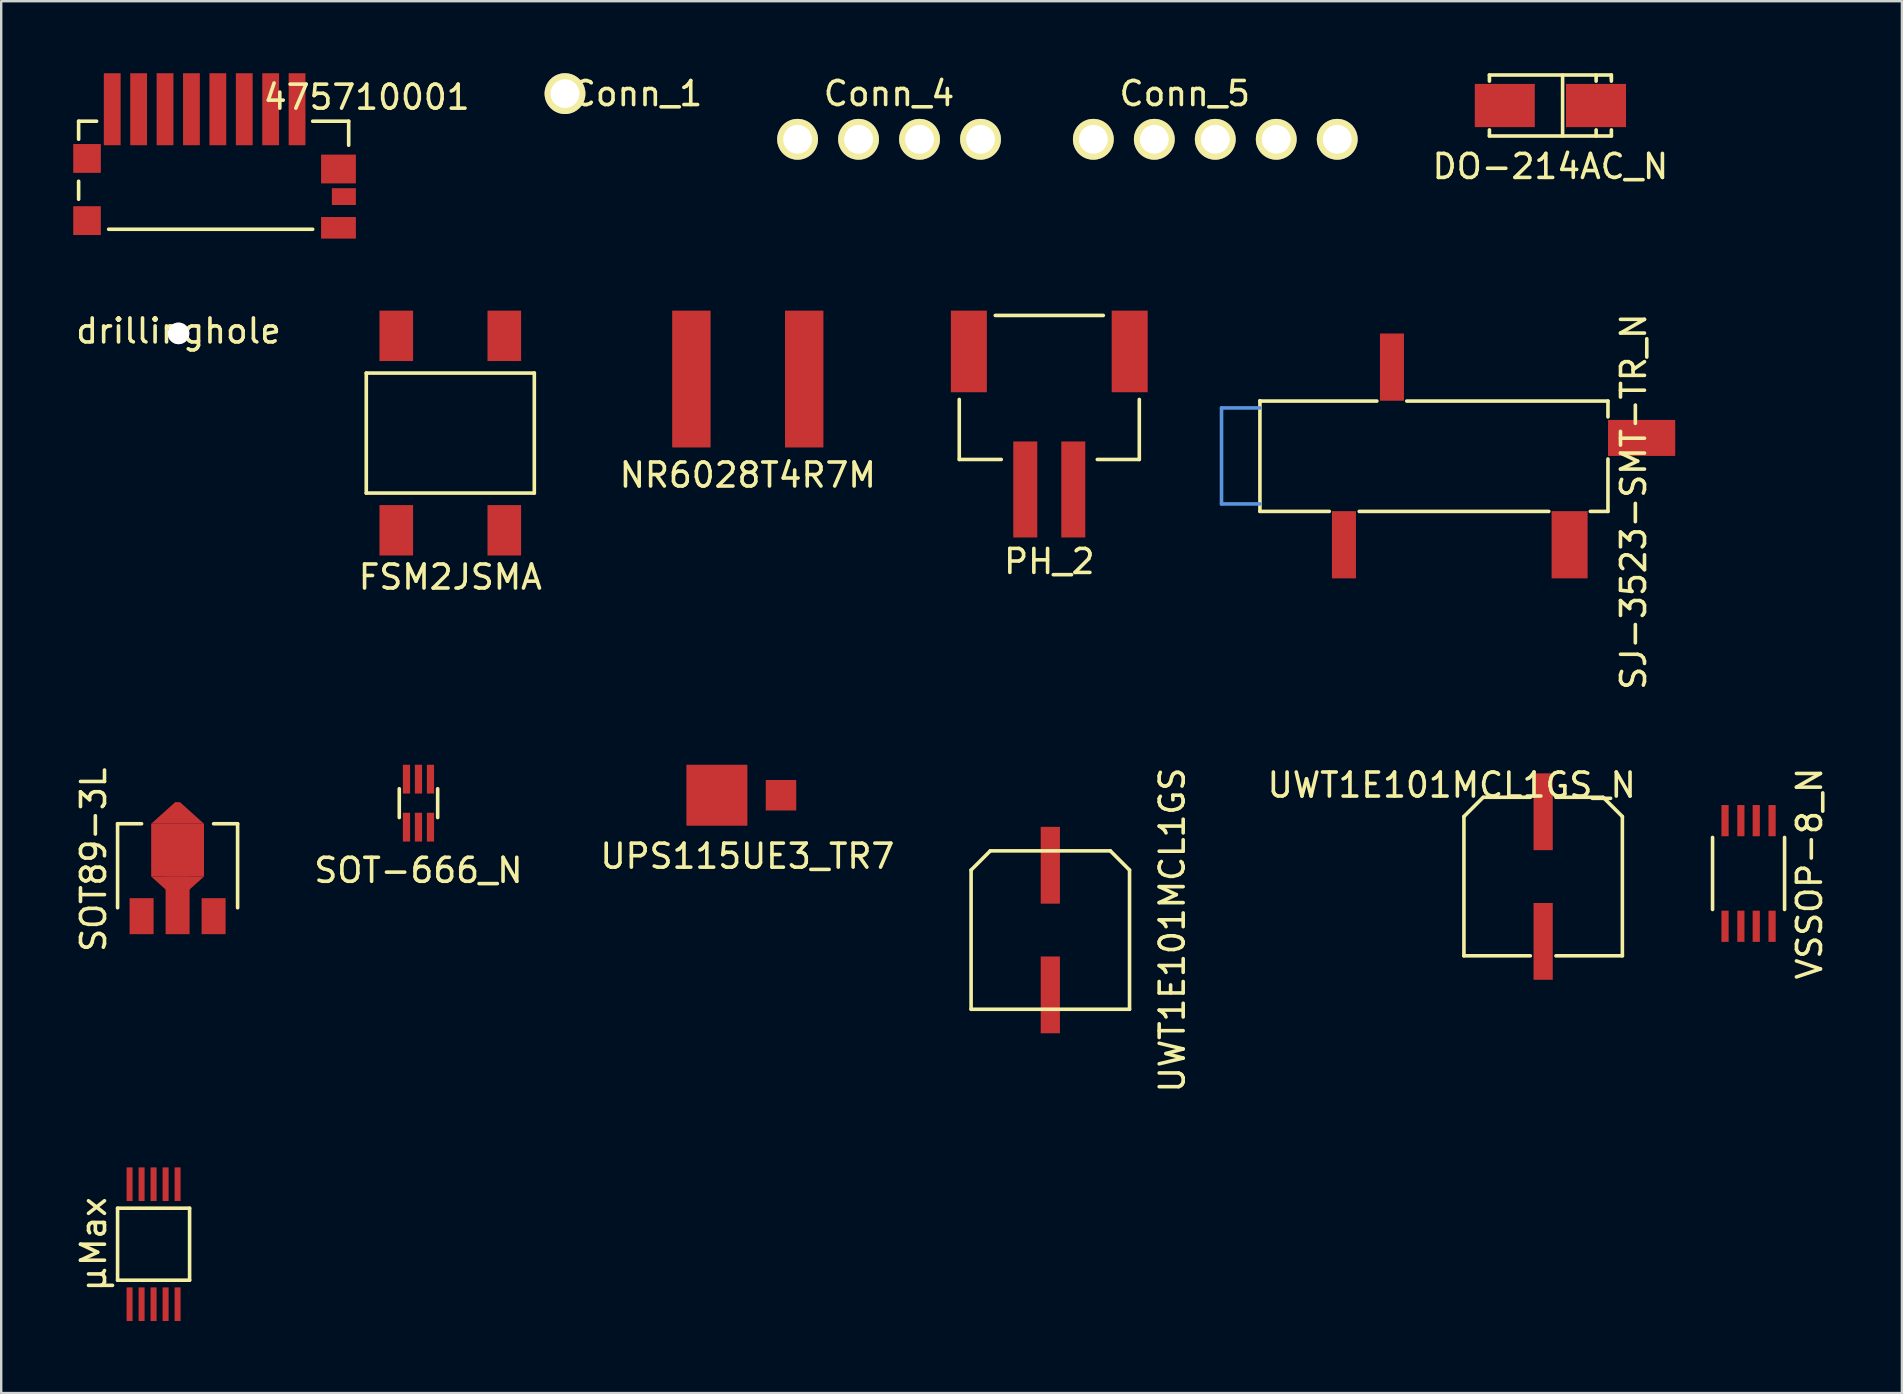
<source format=kicad_pcb>
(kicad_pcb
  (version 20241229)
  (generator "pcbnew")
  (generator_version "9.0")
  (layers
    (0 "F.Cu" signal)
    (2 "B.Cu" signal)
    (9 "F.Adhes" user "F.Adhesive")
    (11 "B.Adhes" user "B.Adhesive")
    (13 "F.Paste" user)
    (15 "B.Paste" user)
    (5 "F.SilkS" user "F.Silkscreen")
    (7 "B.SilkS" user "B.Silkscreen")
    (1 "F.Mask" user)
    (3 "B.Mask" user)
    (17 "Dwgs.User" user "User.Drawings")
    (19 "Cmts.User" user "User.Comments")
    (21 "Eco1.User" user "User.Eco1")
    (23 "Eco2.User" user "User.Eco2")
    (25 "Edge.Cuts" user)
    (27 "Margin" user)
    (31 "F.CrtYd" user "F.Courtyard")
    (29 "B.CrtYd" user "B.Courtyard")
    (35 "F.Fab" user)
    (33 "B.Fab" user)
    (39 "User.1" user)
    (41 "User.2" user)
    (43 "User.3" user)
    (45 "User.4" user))
  (footprint "µMax"
    (layer "F.Cu")
    (at 3.348 48.78)
    (property "Reference" "µMax" (at -2.5 0 90) (layer "F.SilkS") (effects (font (size 1 1) (thickness 0.15))))
    (attr through_hole)
    (fp_line (start -1.5 -1.5) (end 1.5 -1.5) (stroke (width 0.15) (type solid)) (layer "F.SilkS"))
    (fp_line (start -1.5 1.5) (end -1.5 -1.5) (stroke (width 0.15) (type solid)) (layer "F.SilkS"))
    (fp_line (start 1.5 -1.5) (end 1.5 1.5) (stroke (width 0.15) (type solid)) (layer "F.SilkS"))
    (fp_line (start 1.5 1.5) (end -1.5 1.5) (stroke (width 0.15) (type solid)) (layer "F.SilkS"))
    (pad "1" smd rect (at -1 2.5) (size 0.25 1.4) (layers "F.Cu" "F.Mask" "F.Paste"))
    (pad "2" smd rect (at -0.5 2.5) (size 0.25 1.4) (layers "F.Cu" "F.Mask" "F.Paste"))
    (pad "3" smd rect (at 0 2.5) (size 0.25 1.4) (layers "F.Cu" "F.Mask" "F.Paste"))
    (pad "4" smd rect (at 0.5 2.5) (size 0.25 1.4) (layers "F.Cu" "F.Mask" "F.Paste"))
    (pad "5" smd rect (at 1 2.5) (size 0.25 1.4) (layers "F.Cu" "F.Mask" "F.Paste"))
    (pad "6" smd rect (at 1 -2.5) (size 0.25 1.4) (layers "F.Cu" "F.Mask" "F.Paste"))
    (pad "7" smd rect (at 0.5 -2.5) (size 0.25 1.4) (layers "F.Cu" "F.Mask" "F.Paste"))
    (pad "8" smd rect (at 0 -2.5) (size 0.25 1.4) (layers "F.Cu" "F.Mask" "F.Paste"))
    (pad "9" smd rect (at -0.5 -2.5) (size 0.25 1.4) (layers "F.Cu" "F.Mask" "F.Paste"))
    (pad "10" smd rect (at -1 -2.5) (size 0.25 1.4) (layers "F.Cu" "F.Mask" "F.Paste")))
  (footprint "drillinghole"
    (layer "F.Cu")
    (at 4.387 10.838)
    (property "Reference" "drillinghole" (at 0 -0.1 0) (layer "F.SilkS") (effects (font (size 1 1) (thickness 0.15))))
    (attr through_hole)
    (pad "" thru_hole circle (at 0 0) (size 0.9 0.9) (drill 0.9) (layers "*.Cu")))
  (footprint "NR6028T4R7M"
    (layer "F.Cu")
    (at 28.101 12.74)
    (property "Reference" "NR6028T4R7M" (at 0 4 0) (layer "F.SilkS") (effects (font (size 1 1) (thickness 0.15))))
    (attr through_hole)
    (pad "1" smd rect (at -2.35 0) (size 1.6 5.7) (layers "F.Cu" "F.Mask" "F.Paste"))
    (pad "2" smd rect (at 2.35 0) (size 1.6 5.7) (layers "F.Cu" "F.Mask" "F.Paste")))
  (footprint "SOT89-3L"
    (layer "F.Cu")
    (at 4.348 31.265)
    (property "Reference" "SOT89-3L" (at -3.5 1.5 90) (layer "F.SilkS") (effects (font (size 1 1) (thickness 0.15))))
    (attr through_hole)
    (fp_line (start -2.5 3.5) (end -2.5 0) (stroke (width 0.15) (type solid)) (layer "F.SilkS"))
    (fp_line (start -1.5 0) (end -2.5 0) (stroke (width 0.15) (type solid)) (layer "F.SilkS"))
    (fp_line (start 1.5 0) (end 2.5 0) (stroke (width 0.15) (type solid)) (layer "F.SilkS"))
    (fp_line (start 2.5 0) (end 2.5 3.5) (stroke (width 0.15) (type solid)) (layer "F.SilkS"))
    (pad "1" smd rect (at -1.5 3.85) (size 1 1.5) (layers "F.Cu" "F.Mask" "F.Paste"))
    (pad "2" smd trapezoid (at 0 -0.45) (size 1.2 0.9) (rect_delta 0 1) (layers "F.Cu" "F.Mask" "F.Paste"))
    (pad "2" smd rect (at 0 1.1) (size 2.2 2.2) (layers "F.Cu" "F.Mask" "F.Paste"))
    (pad "2" smd trapezoid (at 0 2.65) (size 1.2 0.9) (rect_delta 0 -1) (layers "F.Cu" "F.Mask" "F.Paste"))
    (pad "2" smd rect (at 0 3.4) (size 1 2.4) (layers "F.Cu" "F.Mask" "F.Paste"))
    (pad "3" smd rect (at 1.5 3.85) (size 1 1.5) (layers "F.Cu" "F.Mask" "F.Paste")))
  (footprint "PH_2"
    (layer "F.Cu")
    (at 40.66 17.34)
    (property "Reference" "PH_2" (at 0 3 180) (layer "F.SilkS") (effects (font (size 1 1) (thickness 0.15))))
    (attr through_hole)
    (fp_line (start -3.75 -3.75) (end -3.75 -1.25) (stroke (width 0.15) (type solid)) (layer "F.SilkS"))
    (fp_line (start -3.75 -1.25) (end -2 -1.25) (stroke (width 0.15) (type solid)) (layer "F.SilkS"))
    (fp_line (start 2 -1.25) (end 3.75 -1.25) (stroke (width 0.15) (type solid)) (layer "F.SilkS"))
    (fp_line (start 2.25 -7.25) (end -2.25 -7.25) (stroke (width 0.15) (type solid)) (layer "F.SilkS"))
    (fp_line (start 3.75 -1.25) (end 3.75 -3.75) (stroke (width 0.15) (type solid)) (layer "F.SilkS"))
    (pad "" smd rect (at -3.35 -5.75) (size 1.5 3.4) (layers "F.Cu" "F.Mask" "F.Paste"))
    (pad "" smd rect (at 3.35 -5.75) (size 1.5 3.4) (layers "F.Cu" "F.Mask" "F.Paste"))
    (pad "1" smd rect (at -1 0) (size 1 4) (layers "F.Cu" "F.Mask" "F.Paste"))
    (pad "2" smd rect (at 1 0) (size 1 4) (layers "F.Cu" "F.Mask" "F.Paste")))
  (footprint "SOT-666_N"
    (layer "F.Cu")
    (at 14.382 30.407)
    (property "Reference" "SOT-666_N" (at 0 2.8 0) (layer "F.SilkS") (effects (font (size 1 1) (thickness 0.15))))
    (attr through_hole)
    (fp_line (start -0.8 -0.6) (end -0.8 0.6) (stroke (width 0.15) (type solid)) (layer "F.SilkS"))
    (fp_line (start 0.8 0.6) (end 0.8 -0.6) (stroke (width 0.15) (type solid)) (layer "F.SilkS"))
    (pad "1" smd rect (at -0.5 1) (size 0.3 1.2) (layers "F.Cu" "F.Mask" "F.Paste"))
    (pad "2" smd rect (at 0 1) (size 0.3 1.2) (layers "F.Cu" "F.Mask" "F.Paste"))
    (pad "3" smd rect (at 0.5 1) (size 0.3 1.2) (layers "F.Cu" "F.Mask" "F.Paste"))
    (pad "4" smd rect (at 0.5 -1) (size 0.3 1.2) (layers "F.Cu" "F.Mask" "F.Paste"))
    (pad "5" smd rect (at 0 -1) (size 0.3 1.2) (layers "F.Cu" "F.Mask" "F.Paste"))
    (pad "6" smd rect (at -0.5 -1) (size 0.3 1.2) (layers "F.Cu" "F.Mask" "F.Paste")))
  (footprint "UPS115UE3_TR7"
    (layer "F.Cu")
    (at 26.814 30.077)
    (property "Reference" "UPS115UE3_TR7" (at 1.27 2.54 0) (layer "F.SilkS") (effects (font (size 1 1) (thickness 0.15))))
    (attr through_hole)
    (pad "1" smd rect (at 0 0) (size 2.54 2.54) (layers "F.Cu" "F.Mask" "F.Paste"))
    (pad "2" smd rect (at 2.67 0) (size 1.27 1.27) (layers "F.Cu" "F.Mask" "F.Paste")))
  (footprint "FSM2JSMA"
    (layer "F.Cu")
    (at 15.708 14.99)
    (property "Reference" "FSM2JSMA" (at 0 6 0) (layer "F.SilkS") (effects (font (size 1 1) (thickness 0.15))))
    (attr through_hole)
    (fp_line (start -3.5 -2.5) (end 3.5 -2.5) (stroke (width 0.15) (type solid)) (layer "F.SilkS"))
    (fp_line (start -3.5 2.5) (end -3.5 -2.5) (stroke (width 0.15) (type solid)) (layer "F.SilkS"))
    (fp_line (start 3.5 -2.5) (end 3.5 2.5) (stroke (width 0.15) (type solid)) (layer "F.SilkS"))
    (fp_line (start 3.5 2.5) (end -3.5 2.5) (stroke (width 0.15) (type solid)) (layer "F.SilkS"))
    (pad "1" smd rect (at -2.25 -4.05) (size 1.4 2.1) (layers "F.Cu" "F.Mask" "F.Paste"))
    (pad "1" smd rect (at -2.25 4.05) (size 1.4 2.1) (layers "F.Cu" "F.Mask" "F.Paste"))
    (pad "2" smd rect (at 2.25 -4.05) (size 1.4 2.1) (layers "F.Cu" "F.Mask" "F.Paste"))
    (pad "2" smd rect (at 2.25 4.05) (size 1.4 2.1) (layers "F.Cu" "F.Mask" "F.Paste")))
  (footprint "UWT1E101MCL1GS_N"
    (layer "F.Cu")
    (at 61.233 33.465)
    (property "Reference" "UWT1E101MCL1GS_N" (at -3.81 -3.81 0) (layer "F.SilkS") (effects (font (size 1 1) (thickness 0.15))))
    (attr through_hole)
    (fp_line (start -3.302 3.302) (end -0.533 3.302) (stroke (width 0.15) (type solid)) (layer "F.SilkS"))
    (fp_line (start -3.3 -2.5) (end -3.3 3.3) (stroke (width 0.15) (type solid)) (layer "F.SilkS"))
    (fp_line (start -3.3 -2.5) (end -2.5 -3.3) (stroke (width 0.15) (type solid)) (layer "F.SilkS"))
    (fp_line (start -2.489 -3.302) (end -0.533 -3.302) (stroke (width 0.15) (type solid)) (layer "F.SilkS"))
    (fp_line (start 2.489 -3.302) (end 0.533 -3.302) (stroke (width 0.15) (type solid)) (layer "F.SilkS"))
    (fp_line (start 2.5 -3.3) (end 3.3 -2.5) (stroke (width 0.15) (type solid)) (layer "F.SilkS"))
    (fp_line (start 3.3 -2.5) (end 3.3 3.3) (stroke (width 0.15) (type solid)) (layer "F.SilkS"))
    (fp_line (start 3.302 3.302) (end 0.533 3.302) (stroke (width 0.15) (type solid)) (layer "F.SilkS"))
    (pad "1" smd rect (at 0 -2.7) (size 0.8 3.2) (layers "F.Cu" "F.Mask" "F.Paste"))
    (pad "2" smd rect (at 0 2.7) (size 0.8 3.2) (layers "F.Cu" "F.Mask" "F.Paste")))
  (footprint "475710001"
    (layer "F.Cu")
    (at 5.475 2.5)
    (property "Reference" "475710001" (at 6.75 -1.5 0) (layer "F.SilkS") (effects (font (size 1 1) (thickness 0.15))))
    (attr through_hole)
    (fp_line (start -5.25 -0.5) (end -4.5 -0.5) (stroke (width 0.15) (type solid)) (layer "F.SilkS"))
    (fp_line (start -5.25 0.25) (end -5.25 -0.5) (stroke (width 0.15) (type solid)) (layer "F.SilkS"))
    (fp_line (start -5.25 2) (end -5.25 2.75) (stroke (width 0.15) (type solid)) (layer "F.SilkS"))
    (fp_line (start -4 4) (end 4.5 4) (stroke (width 0.15) (type solid)) (layer "F.SilkS"))
    (fp_line (start 4.5 -0.5) (end 6 -0.5) (stroke (width 0.15) (type solid)) (layer "F.SilkS"))
    (fp_line (start 6 -0.5) (end 6 0.5) (stroke (width 0.15) (type solid)) (layer "F.SilkS"))
    (pad "1" smd rect (at 3.85 -1) (size 0.7 3) (layers "F.Cu" "F.Mask" "F.Paste"))
    (pad "2" smd rect (at 2.75 -1) (size 0.7 3) (layers "F.Cu" "F.Mask" "F.Paste"))
    (pad "3" smd rect (at 1.65 -1) (size 0.7 3) (layers "F.Cu" "F.Mask" "F.Paste"))
    (pad "4" smd rect (at 0.55 -1) (size 0.7 3) (layers "F.Cu" "F.Mask" "F.Paste"))
    (pad "5" smd rect (at -0.55 -1) (size 0.7 3) (layers "F.Cu" "F.Mask" "F.Paste"))
    (pad "6" smd rect (at -1.65 -1) (size 0.7 3) (layers "F.Cu" "F.Mask" "F.Paste"))
    (pad "7" smd rect (at -2.75 -1) (size 0.7 3) (layers "F.Cu" "F.Mask" "F.Paste"))
    (pad "8" smd rect (at -3.85 -1) (size 0.7 3) (layers "F.Cu" "F.Mask" "F.Paste"))
    (pad "M1" smd rect (at -4.9 1.05) (size 1.15 1.2) (layers "F.Cu" "F.Mask" "F.Paste"))
    (pad "M2" smd rect (at -4.9 3.64) (size 1.15 1.2) (layers "F.Cu" "F.Mask" "F.Paste"))
    (pad "M3" smd rect (at 5.575 1.49) (size 1.45 1.2) (layers "F.Cu" "F.Mask" "F.Paste"))
    (pad "M4" smd rect (at 5.8 2.64) (size 1 0.7) (layers "F.Cu" "F.Mask" "F.Paste"))
    (pad "M5" smd rect (at 5.575 3.94) (size 1.45 0.9) (layers "F.Cu" "F.Mask" "F.Paste")))
  (footprint "DO-214AC_N"
    (layer "F.Cu")
    (at 61.535 1.345)
    (property "Reference" "DO-214AC_N" (at 0 2.54 0) (layer "F.SilkS") (effects (font (size 1 1) (thickness 0.15))))
    (attr through_hole)
    (fp_line (start -2.54 -1.27) (end 2.54 -1.27) (stroke (width 0.15) (type solid)) (layer "F.SilkS"))
    (fp_line (start -2.54 -1.016) (end -2.54 -1.27) (stroke (width 0.15) (type solid)) (layer "F.SilkS"))
    (fp_line (start -2.54 1.27) (end -2.54 1.016) (stroke (width 0.15) (type solid)) (layer "F.SilkS"))
    (fp_line (start 0.508 -1.27) (end 0.508 1.27) (stroke (width 0.15) (type solid)) (layer "F.SilkS"))
    (fp_line (start 1.905 -1.27) (end 1.905 -1.016) (stroke (width 0.15) (type solid)) (layer "F.SilkS"))
    (fp_line (start 1.905 1.27) (end 1.905 1.016) (stroke (width 0.15) (type solid)) (layer "F.SilkS"))
    (fp_line (start 2.54 -1.27) (end 2.54 -1.143) (stroke (width 0.15) (type solid)) (layer "F.SilkS"))
    (fp_line (start 2.54 -1.143) (end 2.54 -1.016) (stroke (width 0.15) (type solid)) (layer "F.SilkS"))
    (fp_line (start 2.54 1.27) (end -2.54 1.27) (stroke (width 0.15) (type solid)) (layer "F.SilkS"))
    (fp_line (start 2.54 1.27) (end 2.54 1.016) (stroke (width 0.15) (type solid)) (layer "F.SilkS"))
    (pad "1" smd rect (at 1.9 0) (size 2.5 1.8) (layers "F.Cu" "F.Mask" "F.Paste"))
    (pad "2" smd rect (at -1.9 0) (size 2.5 1.8) (layers "F.Cu" "F.Mask" "F.Paste")))
  (footprint "SJ-3523-SMT-TR_N"
    (layer "F.Cu")
    (at 52.935 15.943)
    (property "Reference" "SJ-3523-SMT-TR_N" (at 12.065 1.905 90) (layer "F.SilkS") (effects (font (size 1 1) (thickness 0.15))))
    (attr through_hole)
    (fp_line (start -3.505 -2.286) (end 1.372 -2.286) (stroke (width 0.15) (type solid)) (layer "F.SilkS"))
    (fp_line (start -3.505 2.311) (end -0.61 2.311) (stroke (width 0.15) (type solid)) (layer "F.SilkS"))
    (fp_line (start -3.5 -2.3) (end -3.5 2.3) (stroke (width 0.15) (type solid)) (layer "F.SilkS"))
    (fp_line (start 0.635 2.311) (end 8.534 2.311) (stroke (width 0.15) (type solid)) (layer "F.SilkS"))
    (fp_line (start 2.616 -2.286) (end 10.998 -2.286) (stroke (width 0.15) (type solid)) (layer "F.SilkS"))
    (fp_line (start 10.262 2.311) (end 10.998 2.311) (stroke (width 0.15) (type solid)) (layer "F.SilkS"))
    (fp_line (start 10.998 -2.286) (end 10.998 -1.626) (stroke (width 0.15) (type solid)) (layer "F.SilkS"))
    (fp_line (start 10.998 2.311) (end 10.998 0.127) (stroke (width 0.15) (type solid)) (layer "F.SilkS"))
    (fp_line (start -5.1 -2) (end -3.5 -2) (stroke (width 0.15) (type solid)) (layer "Cmts.User"))
    (fp_line (start -5.1 2) (end -5.1 -2) (stroke (width 0.15) (type solid)) (layer "Cmts.User"))
    (fp_line (start -3.5 2) (end -5.1 2) (stroke (width 0.15) (type solid)) (layer "Cmts.User"))
    (pad "" smd rect (at 12.4 -0.75) (size 2.8 1.5) (layers "F.Cu" "F.Mask" "F.Paste"))
    (pad "1" smd rect (at 9.4 3.7) (size 1.5 2.8) (layers "F.Cu" "F.Mask" "F.Paste"))
    (pad "4" smd rect (at 2 -3.7) (size 1 2.8) (layers "F.Cu" "F.Mask" "F.Paste"))
    (pad "5" smd rect (at 0 3.7) (size 1 2.8) (layers "F.Cu" "F.Mask" "F.Paste")))
  (footprint "Conn_1"
    (layer "F.Cu")
    (at 20.486 0.85)
    (property "Reference" "Conn_1" (at 3 0 0) (layer "F.SilkS") (effects (font (size 1 1) (thickness 0.15))))
    (attr through_hole)
    (pad "1" thru_hole circle (at 0 0) (size 1.7 1.7) (drill 1.2) (layers "*.Cu" "*.Mask" "F.SilkS")))
  (footprint "VSSOP-8_N"
    (layer "F.Cu")
    (at 69.79 33.336)
    (property "Reference" "VSSOP-8_N" (at 2.54 0 270) (layer "F.SilkS") (effects (font (size 1 1) (thickness 0.15))))
    (attr through_hole)
    (fp_line (start -1.5 1.5) (end -1.5 -1.5) (stroke (width 0.15) (type solid)) (layer "F.SilkS"))
    (fp_line (start 1.5 -1.5) (end 1.5 1.5) (stroke (width 0.15) (type solid)) (layer "F.SilkS"))
    (pad "1" smd rect (at -0.98 2.2) (size 0.3 1.3) (layers "F.Cu" "F.Mask" "F.Paste"))
    (pad "2" smd rect (at -0.32 2.2) (size 0.3 1.3) (layers "F.Cu" "F.Mask" "F.Paste"))
    (pad "3" smd rect (at 0.32 2.2) (size 0.3 1.3) (layers "F.Cu" "F.Mask" "F.Paste"))
    (pad "4" smd rect (at 0.98 2.2) (size 0.3 1.3) (layers "F.Cu" "F.Mask" "F.Paste"))
    (pad "5" smd rect (at 0.98 -2.2) (size 0.3 1.3) (layers "F.Cu" "F.Mask" "F.Paste"))
    (pad "6" smd rect (at 0.32 -2.2) (size 0.3 1.3) (layers "F.Cu" "F.Mask" "F.Paste"))
    (pad "7" smd rect (at -0.32 -2.2) (size 0.3 1.3) (layers "F.Cu" "F.Mask" "F.Paste"))
    (pad "8" smd rect (at -0.98 -2.2) (size 0.3 1.3) (layers "F.Cu" "F.Mask" "F.Paste")))
  (footprint "UWT1E101MCL1GS"
    (layer "F.Cu")
    (at 40.703 35.694)
    (property "Reference" "UWT1E101MCL1GS" (at 5.08 0 270) (layer "F.SilkS") (effects (font (size 1 1) (thickness 0.15))))
    (attr through_hole)
    (fp_line (start -3.3 -2.5) (end -3.3 3.3) (stroke (width 0.15) (type solid)) (layer "F.SilkS"))
    (fp_line (start -3.3 -2.5) (end -2.5 -3.3) (stroke (width 0.15) (type solid)) (layer "F.SilkS"))
    (fp_line (start -3.3 3.3) (end 3.3 3.3) (stroke (width 0.15) (type solid)) (layer "F.SilkS"))
    (fp_line (start 2.5 -3.3) (end -2.5 -3.3) (stroke (width 0.15) (type solid)) (layer "F.SilkS"))
    (fp_line (start 2.5 -3.3) (end 3.3 -2.5) (stroke (width 0.15) (type solid)) (layer "F.SilkS"))
    (fp_line (start 3.3 -2.5) (end 3.3 3.3) (stroke (width 0.15) (type solid)) (layer "F.SilkS"))
    (pad "1" smd rect (at 0 -2.7) (size 0.8 3.2) (layers "F.Cu" "F.Mask" "F.Paste"))
    (pad "2" smd rect (at 0 2.7) (size 0.8 3.2) (layers "F.Cu" "F.Mask" "F.Paste")))
  (footprint "Conn_5"
    (layer "F.Cu")
    (at 42.495 2.753)
    (property "Reference" "Conn_5" (at 3.81 -1.905 0) (layer "F.SilkS") (effects (font (size 1 1) (thickness 0.15))))
    (attr through_hole)
    (pad "1" thru_hole circle (at 0 0) (size 1.7 1.7) (drill 1.2) (layers "*.Cu" "*.Mask" "F.SilkS"))
    (pad "2" thru_hole circle (at 2.54 0) (size 1.7 1.7) (drill 1.2) (layers "*.Cu" "*.Mask" "F.SilkS"))
    (pad "3" thru_hole circle (at 5.08 0) (size 1.7 1.7) (drill 1.2) (layers "*.Cu" "*.Mask" "F.SilkS"))
    (pad "4" thru_hole circle (at 7.62 0) (size 1.7 1.7) (drill 1.2) (layers "*.Cu" "*.Mask" "F.SilkS"))
    (pad "5" thru_hole circle (at 10.16 0) (size 1.7 1.7) (drill 1.2) (layers "*.Cu" "*.Mask" "F.SilkS")))
  (footprint "Conn_4"
    (layer "F.Cu")
    (at 30.175 2.753)
    (property "Reference" "Conn_4" (at 3.81 -1.905 0) (layer "F.SilkS") (effects (font (size 1 1) (thickness 0.15))))
    (attr through_hole)
    (pad "1" thru_hole circle (at 0 0) (size 1.7 1.7) (drill 1.2) (layers "*.Cu" "*.Mask" "F.SilkS"))
    (pad "2" thru_hole circle (at 2.54 0) (size 1.7 1.7) (drill 1.2) (layers "*.Cu" "*.Mask" "F.SilkS"))
    (pad "3" thru_hole circle (at 5.08 0) (size 1.7 1.7) (drill 1.2) (layers "*.Cu" "*.Mask" "F.SilkS"))
    (pad "4" thru_hole circle (at 7.62 0) (size 1.7 1.7) (drill 1.2) (layers "*.Cu" "*.Mask" "F.SilkS")))
  (gr_rect
    (start -3 -3)
    (end 76.178 54.98)
    (stroke (width 0.1) (type default))
    (fill no)
    (layer "Edge.Cuts")))
</source>
